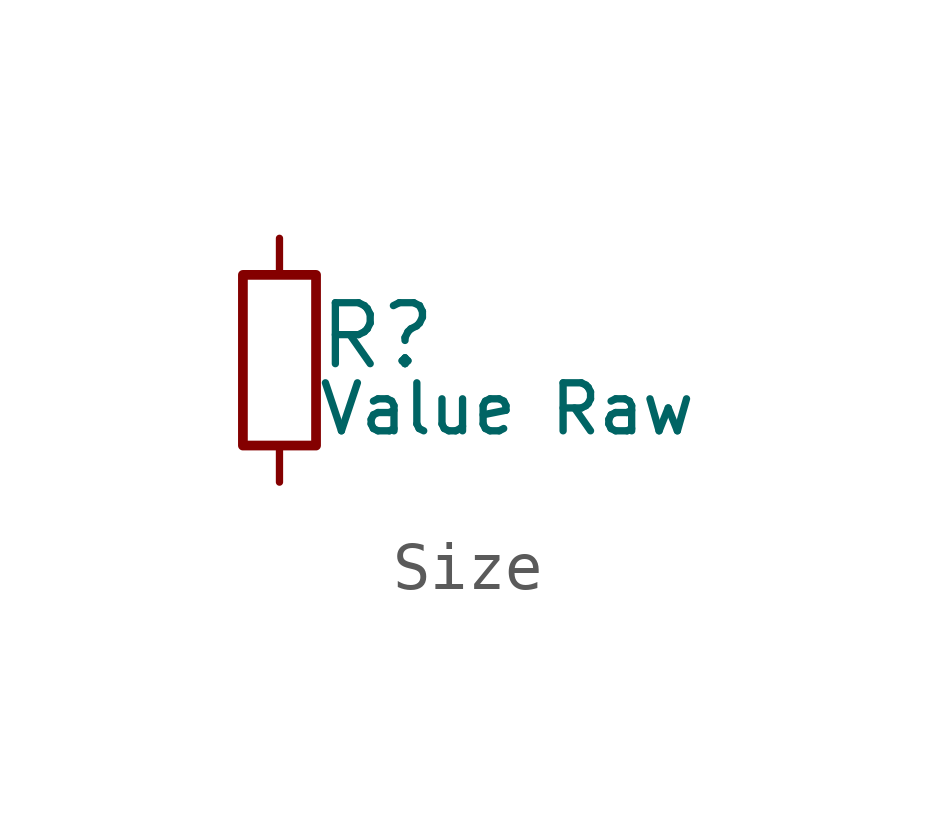
<source format=kicad_sym>
(kicad_symbol_lib
  (version 20211014)
  (generator kicad_LibGenerator)
  (symbol "Size"
    (pin_numbers hide)
    (pin_names
      (offset 0.254) hide)
    (property "Reference" "R"
      (at 0.762 0.508 0)
      (effects (font (size 1.27 1.27)) (justify left)))
    (property "Value" "Value Raw"
      (at 0.762 -1.016 0)
      (effects (font (size 1.00 1.00)) (justify left)))
    (symbol "Size_0_1"
      (rectangle (start -0.762 1.778) (end 0.762 -1.778) (stroke (width 0.203) (type default) (color 0 0 0 0)) (fill (type none))))
    (symbol "Size_1_1"
      (pin passive line (at 0 2.54 270) (length 0.762) (name "~" (effects (font (size 1.27 1.27)))) (number "1" (effects (font (size 1.27 1.27)))))
      (pin passive line (at 0 -2.54 90) (length 0.762) (name "~" (effects (font (size 1.27 1.27)))) (number "2" (effects (font (size 1.27 1.27))))))))
</source>
